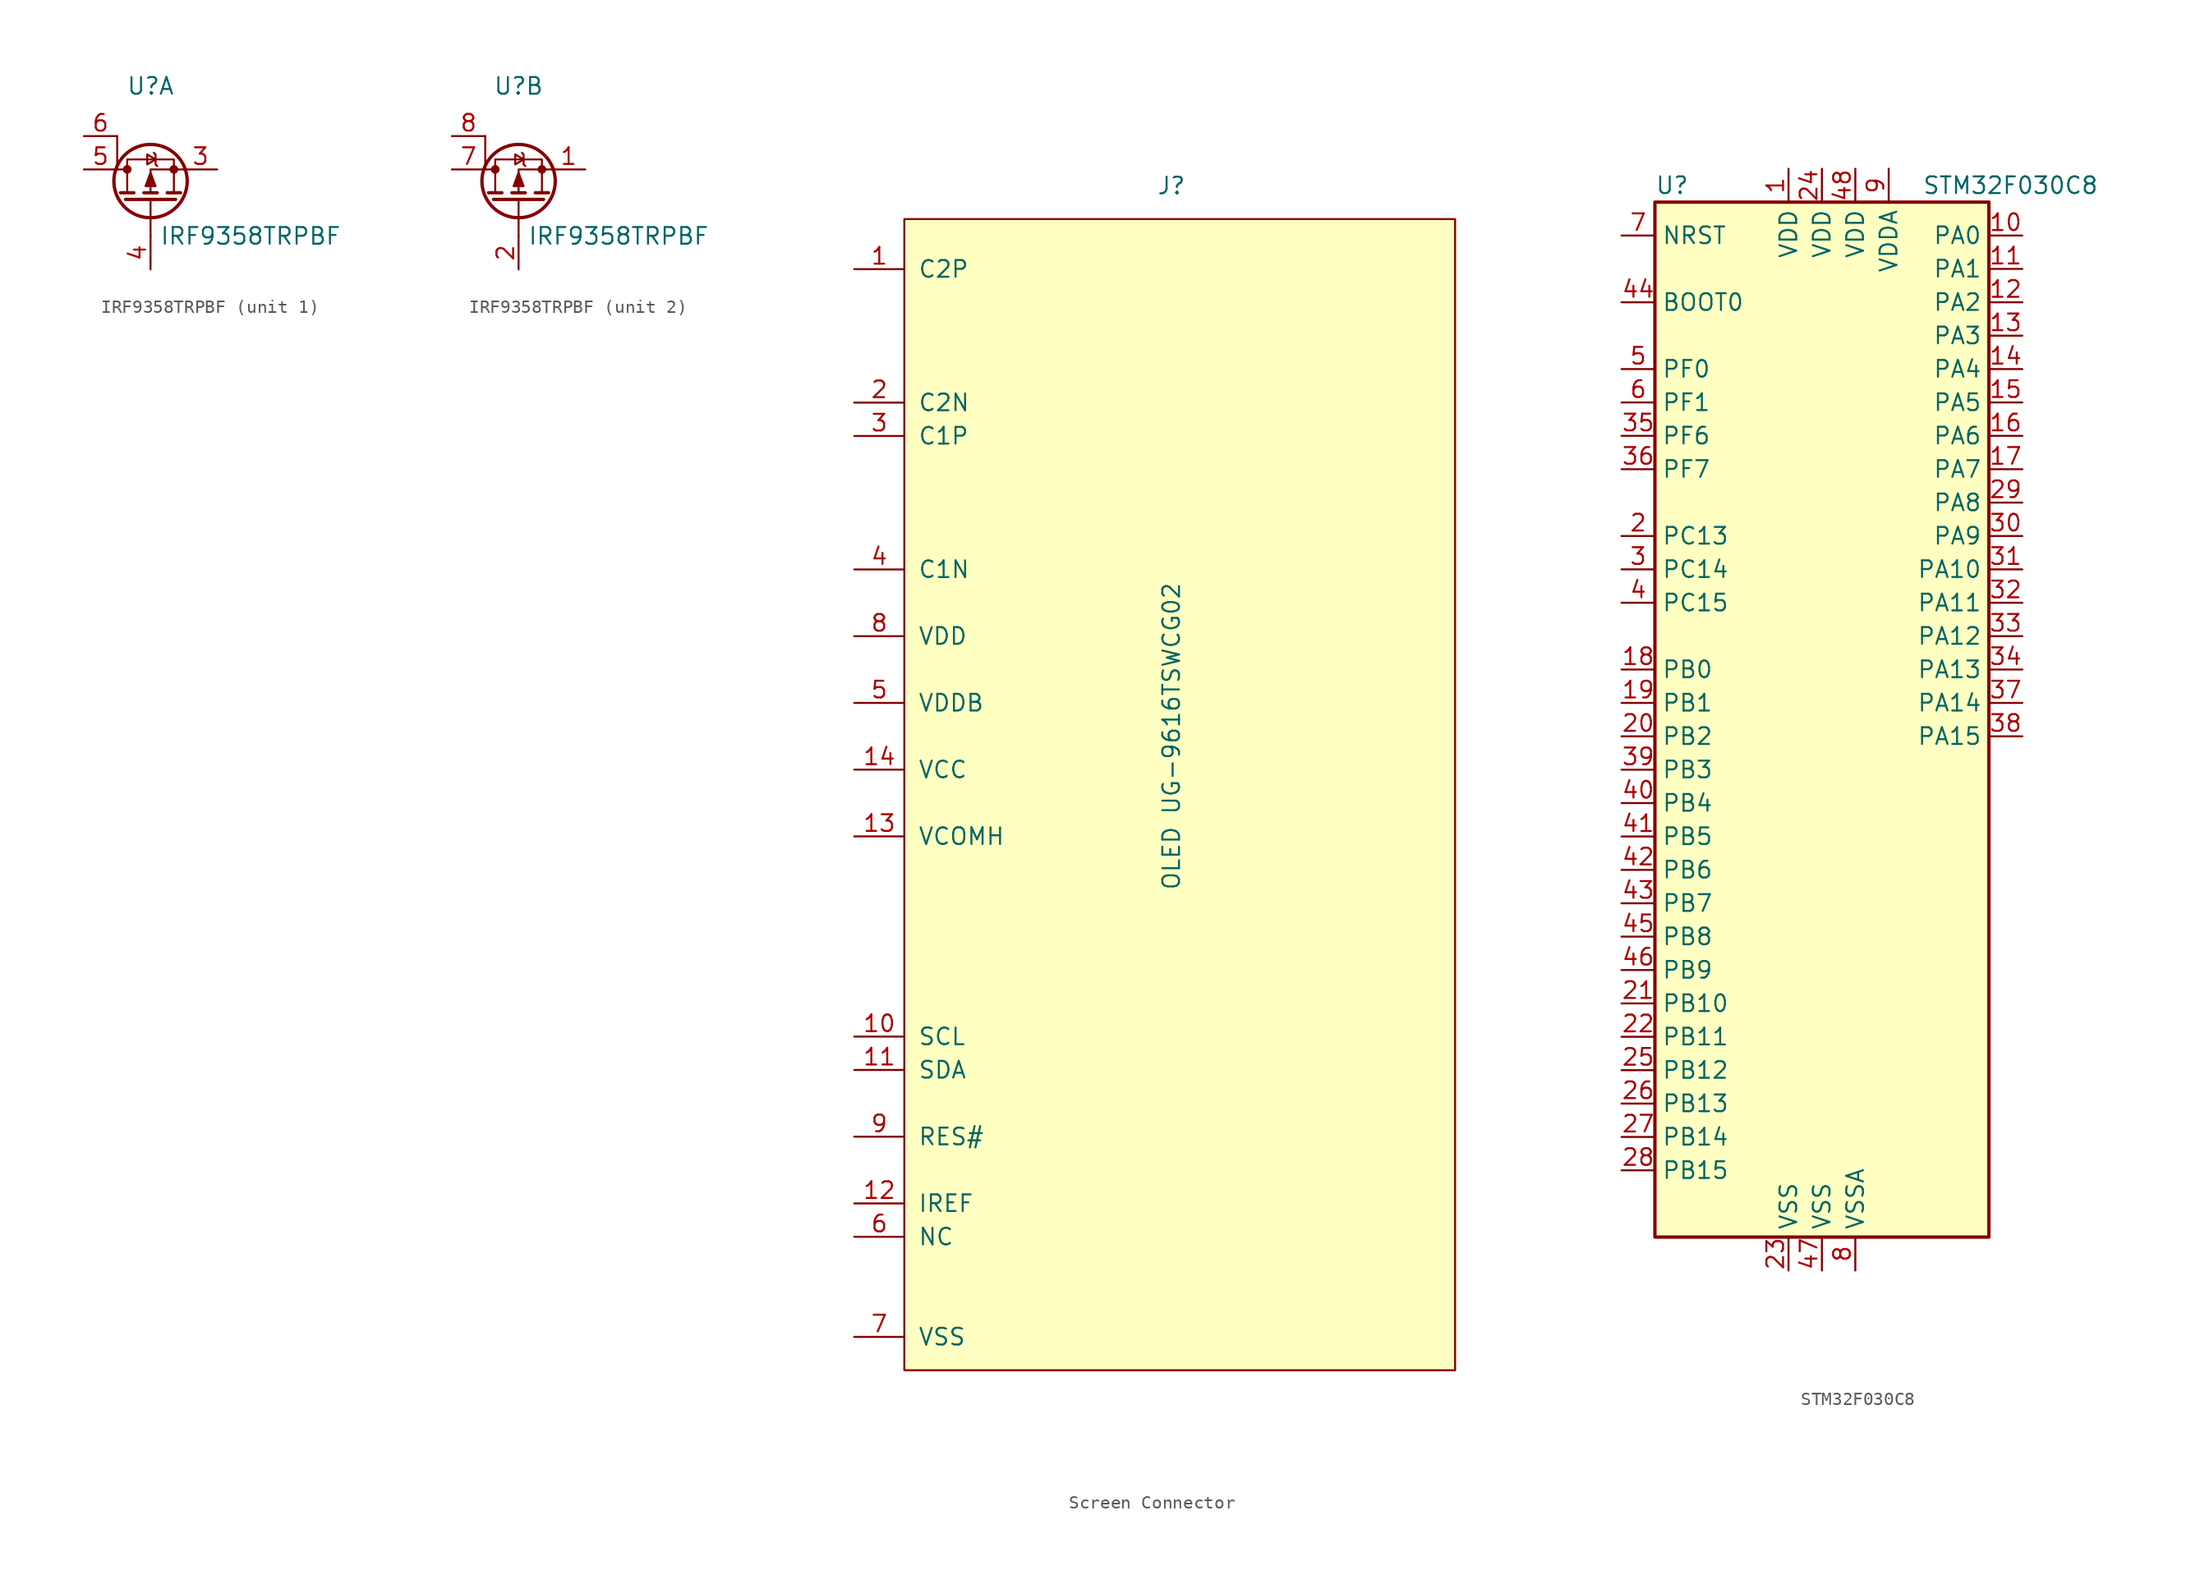
<source format=kicad_sym>
(kicad_symbol_lib
  (version 20220914)
  (generator kicad_symbol_editor)
  (symbol "IRF9358TRPBF"
    (pin_names hide)
    (property "Reference" "U"
      (at 0 7.62 0)
      (effects (font (size 1.27 1.27))))
    (property "Value" "IRF9358TRPBF"
      (at 7.62 -3.81 0)
      (effects (font (size 1.27 1.27))))
    (symbol "IRF9358TRPBF_0_1"
      (circle (center -1.778 1.27) (radius 0.254) (stroke (width 0) (type default)) (fill (type outline)))
      (polyline (pts (xy -2.54 1.27) (xy -2.54 3.81)) (stroke (width 0) (type default)) (fill (type none)))
      (polyline (pts (xy -2.54 1.27) (xy -1.778 1.27)) (stroke (width 0) (type default)) (fill (type none)))
      (polyline (pts (xy -2.286 -0.508) (xy -1.27 -0.508)) (stroke (width 0.254) (type default)) (fill (type none)))
      (polyline (pts (xy -1.905 -1.016) (xy 1.905 -1.016)) (stroke (width 0.254) (type default)) (fill (type none)))
      (polyline (pts (xy -0.508 -0.508) (xy 0.508 -0.508)) (stroke (width 0.254) (type default)) (fill (type none)))
      (polyline (pts (xy 0 -1.016) (xy 0 -3.81)) (stroke (width 0) (type default)) (fill (type none)))
      (polyline (pts (xy 1.27 -0.508) (xy 2.286 -0.508)) (stroke (width 0.254) (type default)) (fill (type none)))
      (polyline (pts (xy 2.54 1.27) (xy 0 1.27) (xy 0 -0.508)) (stroke (width 0) (type default)) (fill (type none)))
      (polyline (pts (xy -1.778 -0.508) (xy -1.778 2.032) (xy 1.778 2.032) (xy 1.778 -0.508)) (stroke (width 0) (type default)) (fill (type none)))
      (polyline (pts (xy 0 1.016) (xy -0.381 0) (xy 0.381 0) (xy 0 1.016)) (stroke (width 0) (type default)) (fill (type outline)))
      (polyline (pts (xy 0.381 2.032) (xy -0.254 1.651) (xy -0.254 2.413) (xy 0.381 2.032)) (stroke (width 0) (type default)) (fill (type none)))
      (polyline (pts (xy 0.508 1.524) (xy 0.381 1.651) (xy 0.381 2.413) (xy 0.254 2.54)) (stroke (width 0) (type default)) (fill (type none)))
      (circle (center 0 0.381) (radius 2.794) (stroke (width 0.254) (type default)) (fill (type none)))
      (circle (center 1.778 1.27) (radius 0.254) (stroke (width 0) (type default)) (fill (type outline))))
    (symbol "IRF9358TRPBF_1_0"
      (pin passive line (at 5.08 1.27 180) (length 2.54) (name "S1" (effects (font (size 1.27 1.27)))) (number "3" (effects (font (size 1.27 1.27)))))
      (pin passive line (at 0 -6.35 90) (length 2.54) (name "G1" (effects (font (size 1.27 1.27)))) (number "4" (effects (font (size 1.27 1.27)))))
      (pin passive line (at -5.08 1.27 0) (length 2.54) (name "D1" (effects (font (size 1.27 1.27)))) (number "5" (effects (font (size 1.27 1.27)))))
      (pin passive line (at -5.08 3.81 0) (length 2.54) (name "D1" (effects (font (size 1.27 1.27)))) (number "6" (effects (font (size 1.27 1.27))))))
    (symbol "IRF9358TRPBF_2_0"
      (pin passive line (at 5.08 1.27 180) (length 2.54) (name "S2" (effects (font (size 1.27 1.27)))) (number "1" (effects (font (size 1.27 1.27)))))
      (pin passive line (at 0 -6.35 90) (length 2.54) (name "G2" (effects (font (size 1.27 1.27)))) (number "2" (effects (font (size 1.27 1.27)))))
      (pin passive line (at -5.08 1.27 0) (length 2.54) (name "D2" (effects (font (size 1.27 1.27)))) (number "7" (effects (font (size 1.27 1.27)))))
      (pin passive line (at -5.08 3.81 0) (length 2.54) (name "D2" (effects (font (size 1.27 1.27)))) (number "8" (effects (font (size 1.27 1.27)))))))
  (symbol "Screen Connector"
    (pin_names
      (offset 1.016))
    (property "Reference" "J"
      (at 0 44.45 0)
      (effects (font (size 1.27 1.27))))
    (property "Value" "OLED UG-9616TSWCG02"
      (at 0 2.54 90)
      (effects (font (size 1.27 1.27))))
    (symbol "Screen Connector_1_1"
      (rectangle (start -20.32 41.91) (end 21.59 -45.72) (stroke (width 0) (type default)) (fill (type background)))
      (pin passive line (at -24.13 38.1 0) (length 3.81) (name "C2P" (effects (font (size 1.27 1.27)))) (number "1" (effects (font (size 1.27 1.27)))))
      (pin passive line (at -24.13 -20.32 0) (length 3.81) (name "SCL" (effects (font (size 1.27 1.27)))) (number "10" (effects (font (size 1.27 1.27)))))
      (pin passive line (at -24.13 -22.86 0) (length 3.81) (name "SDA" (effects (font (size 1.27 1.27)))) (number "11" (effects (font (size 1.27 1.27)))))
      (pin passive line (at -24.13 -33.02 0) (length 3.81) (name "IREF" (effects (font (size 1.27 1.27)))) (number "12" (effects (font (size 1.27 1.27)))))
      (pin passive line (at -24.13 -5.08 0) (length 3.81) (name "VCOMH" (effects (font (size 1.27 1.27)))) (number "13" (effects (font (size 1.27 1.27)))))
      (pin power_in line (at -24.13 0 0) (length 3.81) (name "VCC" (effects (font (size 1.27 1.27)))) (number "14" (effects (font (size 1.27 1.27)))))
      (pin passive line (at -24.13 27.94 0) (length 3.81) (name "C2N" (effects (font (size 1.27 1.27)))) (number "2" (effects (font (size 1.27 1.27)))))
      (pin passive line (at -24.13 25.4 0) (length 3.81) (name "C1P" (effects (font (size 1.27 1.27)))) (number "3" (effects (font (size 1.27 1.27)))))
      (pin passive line (at -24.13 15.24 0) (length 3.81) (name "C1N" (effects (font (size 1.27 1.27)))) (number "4" (effects (font (size 1.27 1.27)))))
      (pin power_in line (at -24.13 5.08 0) (length 3.81) (name "VDDB" (effects (font (size 1.27 1.27)))) (number "5" (effects (font (size 1.27 1.27)))))
      (pin passive line (at -24.13 -35.56 0) (length 3.81) (name "NC" (effects (font (size 1.27 1.27)))) (number "6" (effects (font (size 1.27 1.27)))))
      (pin power_in line (at -24.13 -43.18 0) (length 3.81) (name "VSS" (effects (font (size 1.27 1.27)))) (number "7" (effects (font (size 1.27 1.27)))))
      (pin power_in line (at -24.13 10.16 0) (length 3.81) (name "VDD" (effects (font (size 1.27 1.27)))) (number "8" (effects (font (size 1.27 1.27)))))
      (pin passive line (at -24.13 -27.94 0) (length 3.81) (name "RES#" (effects (font (size 1.27 1.27)))) (number "9" (effects (font (size 1.27 1.27)))))))
  (symbol "STM32F030C8"
    (property "Reference" "U"
      (at -12.7 41.91 0)
      (effects (font (size 1.27 1.27)) (justify left)))
    (property "Value" "STM32F030C8"
      (at 7.62 41.91 0)
      (effects (font (size 1.27 1.27)) (justify left)))
    (property "ki_locked" ""
      (at 0 0 0)
      (effects (font (size 1.27 1.27))))
    (symbol "STM32F030C8_0_1"
      (rectangle (start -12.7 -38.1) (end 12.7 40.64) (stroke (width 0.254) (type default)) (fill (type background))))
    (symbol "STM32F030C8_1_1"
      (pin power_in line (at -2.54 43.18 270) (length 2.54) (name "VDD" (effects (font (size 1.27 1.27)))) (number "1" (effects (font (size 1.27 1.27)))))
      (pin bidirectional line (at 15.24 38.1 180) (length 2.54) (name "PA0" (effects (font (size 1.27 1.27)))) (number "10" (effects (font (size 1.27 1.27)))) (alternate "ADC_IN0" bidirectional line) (alternate "RTC_TAMP2" bidirectional line) (alternate "SYS_WKUP1" bidirectional line) (alternate "USART2_CTS" bidirectional line))
      (pin bidirectional line (at 15.24 35.56 180) (length 2.54) (name "PA1" (effects (font (size 1.27 1.27)))) (number "11" (effects (font (size 1.27 1.27)))) (alternate "ADC_IN1" bidirectional line) (alternate "USART2_DE" bidirectional line) (alternate "USART2_RTS" bidirectional line))
      (pin bidirectional line (at 15.24 33.02 180) (length 2.54) (name "PA2" (effects (font (size 1.27 1.27)))) (number "12" (effects (font (size 1.27 1.27)))) (alternate "ADC_IN2" bidirectional line) (alternate "TIM15_CH1" bidirectional line) (alternate "USART2_TX" bidirectional line))
      (pin bidirectional line (at 15.24 30.48 180) (length 2.54) (name "PA3" (effects (font (size 1.27 1.27)))) (number "13" (effects (font (size 1.27 1.27)))) (alternate "ADC_IN3" bidirectional line) (alternate "TIM15_CH2" bidirectional line) (alternate "USART2_RX" bidirectional line))
      (pin bidirectional line (at 15.24 27.94 180) (length 2.54) (name "PA4" (effects (font (size 1.27 1.27)))) (number "14" (effects (font (size 1.27 1.27)))) (alternate "ADC_IN4" bidirectional line) (alternate "SPI1_NSS" bidirectional line) (alternate "TIM14_CH1" bidirectional line) (alternate "USART2_CK" bidirectional line))
      (pin bidirectional line (at 15.24 25.4 180) (length 2.54) (name "PA5" (effects (font (size 1.27 1.27)))) (number "15" (effects (font (size 1.27 1.27)))) (alternate "ADC_IN5" bidirectional line) (alternate "SPI1_SCK" bidirectional line))
      (pin bidirectional line (at 15.24 22.86 180) (length 2.54) (name "PA6" (effects (font (size 1.27 1.27)))) (number "16" (effects (font (size 1.27 1.27)))) (alternate "ADC_IN6" bidirectional line) (alternate "SPI1_MISO" bidirectional line) (alternate "TIM16_CH1" bidirectional line) (alternate "TIM1_BKIN" bidirectional line) (alternate "TIM3_CH1" bidirectional line))
      (pin bidirectional line (at 15.24 20.32 180) (length 2.54) (name "PA7" (effects (font (size 1.27 1.27)))) (number "17" (effects (font (size 1.27 1.27)))) (alternate "ADC_IN7" bidirectional line) (alternate "SPI1_MOSI" bidirectional line) (alternate "TIM14_CH1" bidirectional line) (alternate "TIM17_CH1" bidirectional line) (alternate "TIM1_CH1N" bidirectional line) (alternate "TIM3_CH2" bidirectional line))
      (pin bidirectional line (at -15.24 5.08 0) (length 2.54) (name "PB0" (effects (font (size 1.27 1.27)))) (number "18" (effects (font (size 1.27 1.27)))) (alternate "ADC_IN8" bidirectional line) (alternate "TIM1_CH2N" bidirectional line) (alternate "TIM3_CH3" bidirectional line))
      (pin bidirectional line (at -15.24 2.54 0) (length 2.54) (name "PB1" (effects (font (size 1.27 1.27)))) (number "19" (effects (font (size 1.27 1.27)))) (alternate "ADC_IN9" bidirectional line) (alternate "TIM14_CH1" bidirectional line) (alternate "TIM1_CH3N" bidirectional line) (alternate "TIM3_CH4" bidirectional line))
      (pin bidirectional line (at -15.24 15.24 0) (length 2.54) (name "PC13" (effects (font (size 1.27 1.27)))) (number "2" (effects (font (size 1.27 1.27)))) (alternate "RTC_OUT_ALARM" bidirectional line) (alternate "RTC_OUT_CALIB" bidirectional line) (alternate "RTC_TAMP1" bidirectional line) (alternate "RTC_TS" bidirectional line) (alternate "SYS_WKUP2" bidirectional line))
      (pin bidirectional line (at -15.24 0 0) (length 2.54) (name "PB2" (effects (font (size 1.27 1.27)))) (number "20" (effects (font (size 1.27 1.27)))))
      (pin bidirectional line (at -15.24 -20.32 0) (length 2.54) (name "PB10" (effects (font (size 1.27 1.27)))) (number "21" (effects (font (size 1.27 1.27)))) (alternate "I2C2_SCL" bidirectional line))
      (pin bidirectional line (at -15.24 -22.86 0) (length 2.54) (name "PB11" (effects (font (size 1.27 1.27)))) (number "22" (effects (font (size 1.27 1.27)))) (alternate "I2C2_SDA" bidirectional line))
      (pin power_in line (at -2.54 -40.64 90) (length 2.54) (name "VSS" (effects (font (size 1.27 1.27)))) (number "23" (effects (font (size 1.27 1.27)))))
      (pin power_in line (at 0 43.18 270) (length 2.54) (name "VDD" (effects (font (size 1.27 1.27)))) (number "24" (effects (font (size 1.27 1.27)))))
      (pin bidirectional line (at -15.24 -25.4 0) (length 2.54) (name "PB12" (effects (font (size 1.27 1.27)))) (number "25" (effects (font (size 1.27 1.27)))) (alternate "SPI2_NSS" bidirectional line) (alternate "TIM1_BKIN" bidirectional line))
      (pin bidirectional line (at -15.24 -27.94 0) (length 2.54) (name "PB13" (effects (font (size 1.27 1.27)))) (number "26" (effects (font (size 1.27 1.27)))) (alternate "SPI2_SCK" bidirectional line) (alternate "TIM1_CH1N" bidirectional line))
      (pin bidirectional line (at -15.24 -30.48 0) (length 2.54) (name "PB14" (effects (font (size 1.27 1.27)))) (number "27" (effects (font (size 1.27 1.27)))) (alternate "SPI2_MISO" bidirectional line) (alternate "TIM15_CH1" bidirectional line) (alternate "TIM1_CH2N" bidirectional line))
      (pin bidirectional line (at -15.24 -33.02 0) (length 2.54) (name "PB15" (effects (font (size 1.27 1.27)))) (number "28" (effects (font (size 1.27 1.27)))) (alternate "RTC_REFIN" bidirectional line) (alternate "SPI2_MOSI" bidirectional line) (alternate "TIM15_CH1N" bidirectional line) (alternate "TIM15_CH2" bidirectional line) (alternate "TIM1_CH3N" bidirectional line))
      (pin bidirectional line (at 15.24 17.78 180) (length 2.54) (name "PA8" (effects (font (size 1.27 1.27)))) (number "29" (effects (font (size 1.27 1.27)))) (alternate "RCC_MCO" bidirectional line) (alternate "TIM1_CH1" bidirectional line) (alternate "USART1_CK" bidirectional line))
      (pin bidirectional line (at -15.24 12.7 0) (length 2.54) (name "PC14" (effects (font (size 1.27 1.27)))) (number "3" (effects (font (size 1.27 1.27)))) (alternate "RCC_OSC32_IN" bidirectional line))
      (pin bidirectional line (at 15.24 15.24 180) (length 2.54) (name "PA9" (effects (font (size 1.27 1.27)))) (number "30" (effects (font (size 1.27 1.27)))) (alternate "TIM15_BKIN" bidirectional line) (alternate "TIM1_CH2" bidirectional line) (alternate "USART1_TX" bidirectional line))
      (pin bidirectional line (at 15.24 12.7 180) (length 2.54) (name "PA10" (effects (font (size 1.27 1.27)))) (number "31" (effects (font (size 1.27 1.27)))) (alternate "TIM17_BKIN" bidirectional line) (alternate "TIM1_CH3" bidirectional line) (alternate "USART1_RX" bidirectional line))
      (pin bidirectional line (at 15.24 10.16 180) (length 2.54) (name "PA11" (effects (font (size 1.27 1.27)))) (number "32" (effects (font (size 1.27 1.27)))) (alternate "TIM1_CH4" bidirectional line) (alternate "USART1_CTS" bidirectional line))
      (pin bidirectional line (at 15.24 7.62 180) (length 2.54) (name "PA12" (effects (font (size 1.27 1.27)))) (number "33" (effects (font (size 1.27 1.27)))) (alternate "TIM1_ETR" bidirectional line) (alternate "USART1_DE" bidirectional line) (alternate "USART1_RTS" bidirectional line))
      (pin bidirectional line (at 15.24 5.08 180) (length 2.54) (name "PA13" (effects (font (size 1.27 1.27)))) (number "34" (effects (font (size 1.27 1.27)))) (alternate "IR_OUT" bidirectional line) (alternate "SYS_SWDIO" bidirectional line))
      (pin bidirectional line (at -15.24 22.86 0) (length 2.54) (name "PF6" (effects (font (size 1.27 1.27)))) (number "35" (effects (font (size 1.27 1.27)))) (alternate "I2C2_SCL" bidirectional line))
      (pin bidirectional line (at -15.24 20.32 0) (length 2.54) (name "PF7" (effects (font (size 1.27 1.27)))) (number "36" (effects (font (size 1.27 1.27)))) (alternate "I2C2_SDA" bidirectional line))
      (pin bidirectional line (at 15.24 2.54 180) (length 2.54) (name "PA14" (effects (font (size 1.27 1.27)))) (number "37" (effects (font (size 1.27 1.27)))) (alternate "SYS_SWCLK" bidirectional line) (alternate "USART2_TX" bidirectional line))
      (pin bidirectional line (at 15.24 0 180) (length 2.54) (name "PA15" (effects (font (size 1.27 1.27)))) (number "38" (effects (font (size 1.27 1.27)))) (alternate "SPI1_NSS" bidirectional line) (alternate "USART2_RX" bidirectional line))
      (pin bidirectional line (at -15.24 -2.54 0) (length 2.54) (name "PB3" (effects (font (size 1.27 1.27)))) (number "39" (effects (font (size 1.27 1.27)))) (alternate "SPI1_SCK" bidirectional line))
      (pin bidirectional line (at -15.24 10.16 0) (length 2.54) (name "PC15" (effects (font (size 1.27 1.27)))) (number "4" (effects (font (size 1.27 1.27)))) (alternate "RCC_OSC32_OUT" bidirectional line))
      (pin bidirectional line (at -15.24 -5.08 0) (length 2.54) (name "PB4" (effects (font (size 1.27 1.27)))) (number "40" (effects (font (size 1.27 1.27)))) (alternate "SPI1_MISO" bidirectional line) (alternate "TIM3_CH1" bidirectional line))
      (pin bidirectional line (at -15.24 -7.62 0) (length 2.54) (name "PB5" (effects (font (size 1.27 1.27)))) (number "41" (effects (font (size 1.27 1.27)))) (alternate "I2C1_SMBA" bidirectional line) (alternate "SPI1_MOSI" bidirectional line) (alternate "TIM16_BKIN" bidirectional line) (alternate "TIM3_CH2" bidirectional line))
      (pin bidirectional line (at -15.24 -10.16 0) (length 2.54) (name "PB6" (effects (font (size 1.27 1.27)))) (number "42" (effects (font (size 1.27 1.27)))) (alternate "I2C1_SCL" bidirectional line) (alternate "TIM16_CH1N" bidirectional line) (alternate "USART1_TX" bidirectional line))
      (pin bidirectional line (at -15.24 -12.7 0) (length 2.54) (name "PB7" (effects (font (size 1.27 1.27)))) (number "43" (effects (font (size 1.27 1.27)))) (alternate "I2C1_SDA" bidirectional line) (alternate "TIM17_CH1N" bidirectional line) (alternate "USART1_RX" bidirectional line))
      (pin input line (at -15.24 33.02 0) (length 2.54) (name "BOOT0" (effects (font (size 1.27 1.27)))) (number "44" (effects (font (size 1.27 1.27)))))
      (pin bidirectional line (at -15.24 -15.24 0) (length 2.54) (name "PB8" (effects (font (size 1.27 1.27)))) (number "45" (effects (font (size 1.27 1.27)))) (alternate "I2C1_SCL" bidirectional line) (alternate "TIM16_CH1" bidirectional line))
      (pin bidirectional line (at -15.24 -17.78 0) (length 2.54) (name "PB9" (effects (font (size 1.27 1.27)))) (number "46" (effects (font (size 1.27 1.27)))) (alternate "I2C1_SDA" bidirectional line) (alternate "IR_OUT" bidirectional line) (alternate "TIM17_CH1" bidirectional line))
      (pin passive line (at 0 -40.64 90) (length 2.54) (name "VSS" (effects (font (size 1.27 1.27)))) (number "47" (effects (font (size 1.27 1.27)))))
      (pin power_in line (at 2.54 43.18 270) (length 2.54) (name "VDD" (effects (font (size 1.27 1.27)))) (number "48" (effects (font (size 1.27 1.27)))))
      (pin bidirectional line (at -15.24 27.94 0) (length 2.54) (name "PF0" (effects (font (size 1.27 1.27)))) (number "5" (effects (font (size 1.27 1.27)))) (alternate "RCC_OSC_IN" bidirectional line))
      (pin bidirectional line (at -15.24 25.4 0) (length 2.54) (name "PF1" (effects (font (size 1.27 1.27)))) (number "6" (effects (font (size 1.27 1.27)))) (alternate "RCC_OSC_OUT" bidirectional line))
      (pin input line (at -15.24 38.1 0) (length 2.54) (name "NRST" (effects (font (size 1.27 1.27)))) (number "7" (effects (font (size 1.27 1.27)))))
      (pin power_in line (at 2.54 -40.64 90) (length 2.54) (name "VSSA" (effects (font (size 1.27 1.27)))) (number "8" (effects (font (size 1.27 1.27)))))
      (pin power_in line (at 5.08 43.18 270) (length 2.54) (name "VDDA" (effects (font (size 1.27 1.27)))) (number "9" (effects (font (size 1.27 1.27))))))))
</source>
